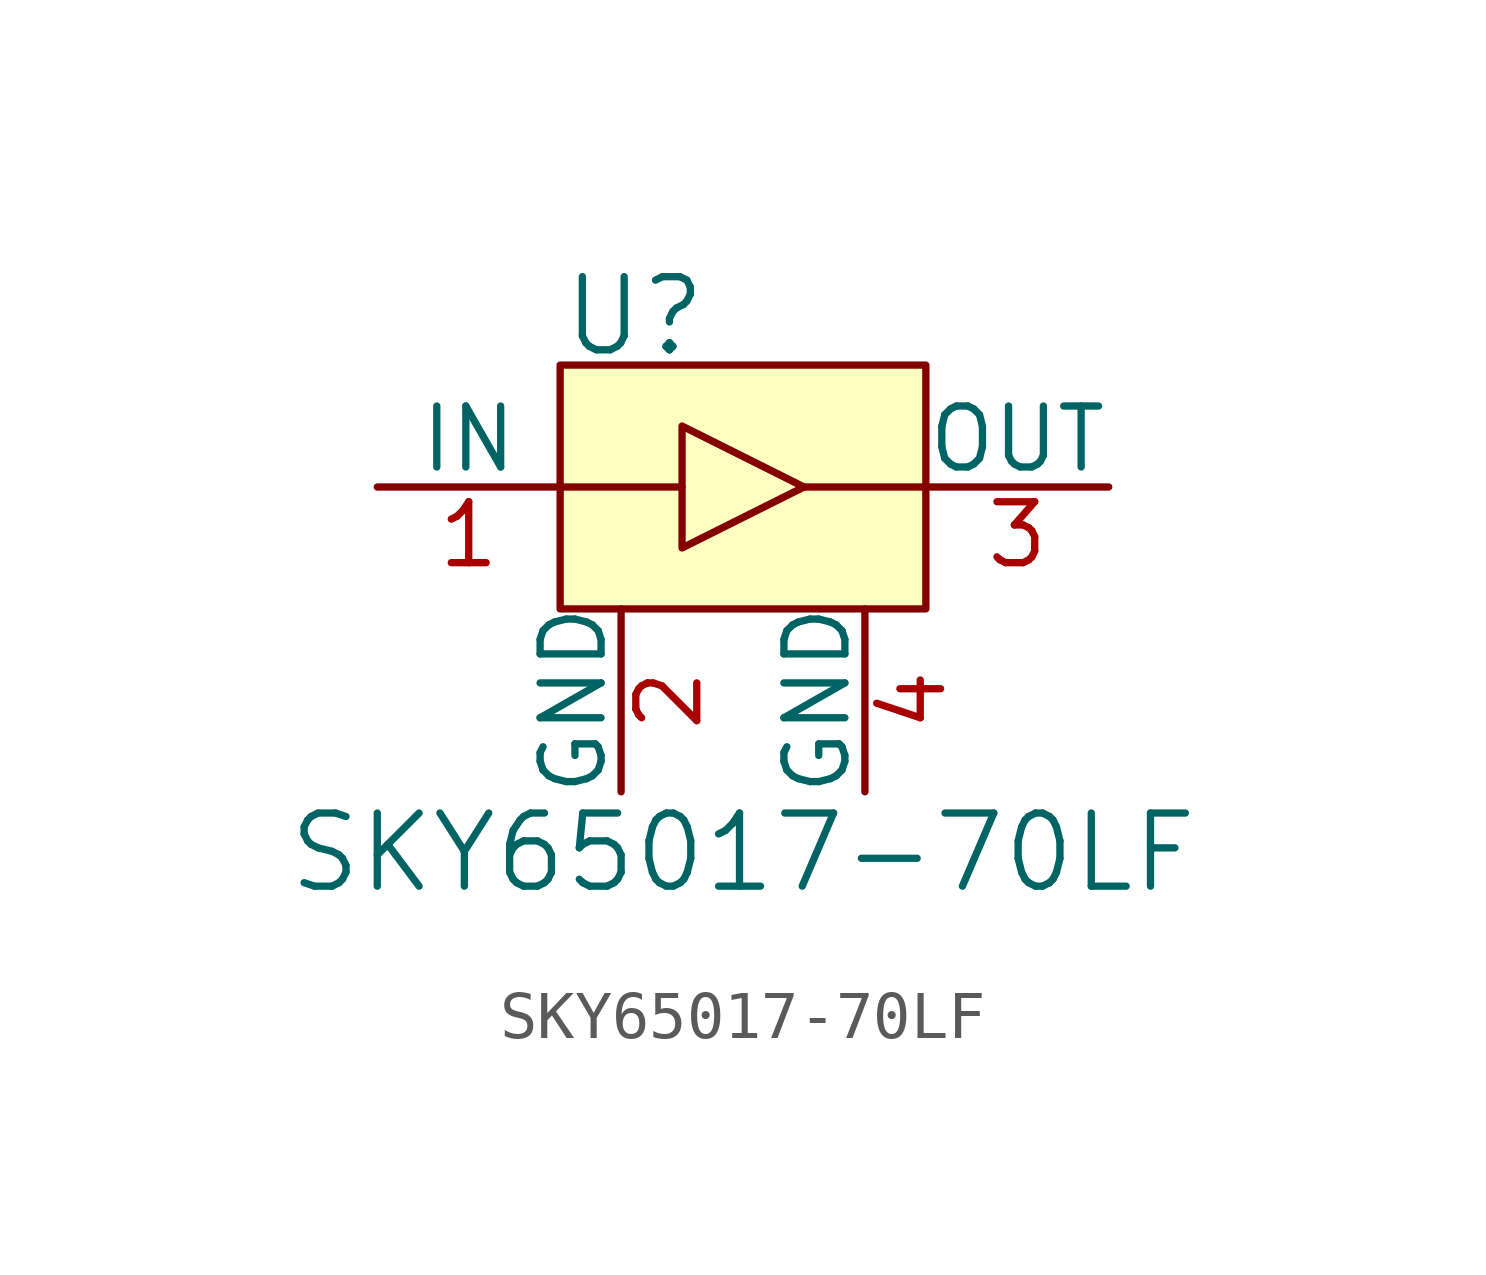
<source format=kicad_sym>
(kicad_symbol_lib
  (version 20220914)
  (generator kicad_symbol_editor)
  (symbol "SKY65017-70LF"
    (pin_names
      (offset 0))
    (property "Reference" "U"
      (at -3.81 4.826 0)
      (effects (font (size 1.524 1.524)) (justify left)))
    (property "Value" "SKY65017-70LF"
      (at 0 -6.35 0)
      (effects (font (size 1.524 1.524))))
    (symbol "SKY65017-70LF_0_1"
      (rectangle (start -3.81 3.81) (end 3.81 -1.27) (stroke (width 0) (type solid)) (fill (type background)))
      (polyline (pts (xy -1.27 1.27) (xy -3.81 1.27)) (stroke (width 0) (type solid)) (fill (type none)))
      (polyline (pts (xy 1.27 1.27) (xy 3.81 1.27)) (stroke (width 0) (type solid)) (fill (type none)))
      (polyline (pts (xy -1.27 2.54) (xy -1.27 0) (xy 1.27 1.27) (xy -1.27 2.54)) (stroke (width 0) (type solid)) (fill (type none))))
    (symbol "SKY65017-70LF_1_1"
      (pin input line (at -7.62 1.27 0) (length 3.81) (name "IN" (effects (font (size 1.27 1.27)))) (number "1" (effects (font (size 1.27 1.27)))))
      (pin power_in line (at -2.54 -5.08 90) (length 3.81) (name "GND" (effects (font (size 1.27 1.27)))) (number "2" (effects (font (size 1.27 1.27)))))
      (pin output line (at 7.62 1.27 180) (length 3.81) (name "OUT" (effects (font (size 1.27 1.27)))) (number "3" (effects (font (size 1.27 1.27)))))
      (pin power_in line (at 2.54 -5.08 90) (length 3.81) (name "GND" (effects (font (size 1.27 1.27)))) (number "4" (effects (font (size 1.27 1.27))))))))
</source>
